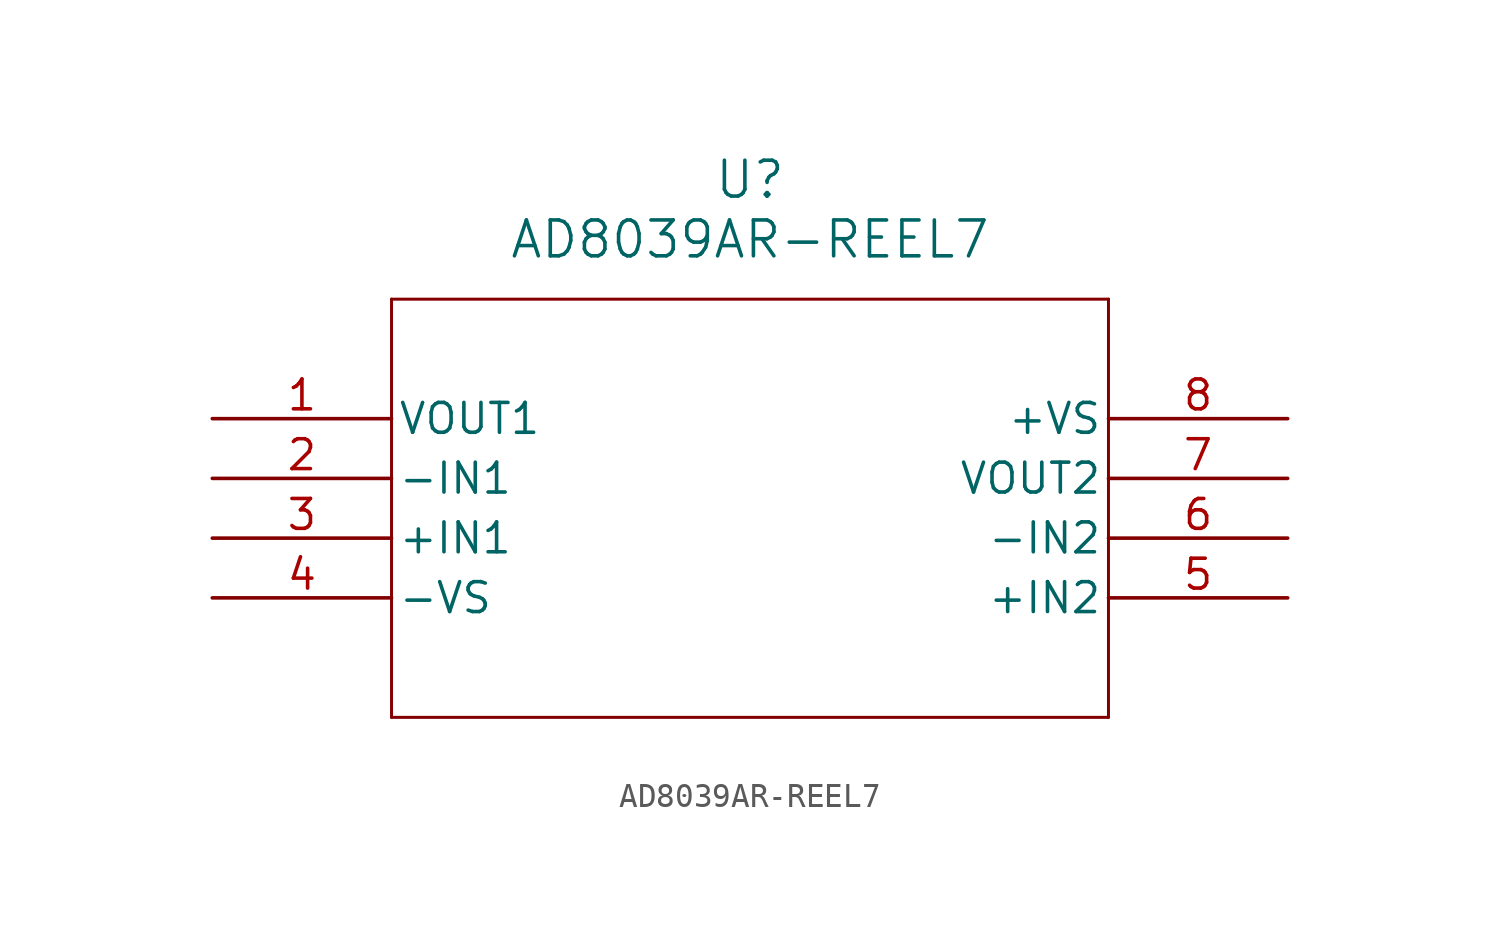
<source format=kicad_sym>
(kicad_symbol_lib
  (version 20211014)
  (generator kicad_symbol_editor)
  (symbol "AD8039AR-REEL7"
    (pin_names
      (offset 0.254))
    (property "Reference" "U"
      (at 22.86 10.16 0)
      (effects (font (size 1.524 1.524))))
    (property "Value" "AD8039AR-REEL7"
      (at 22.86 7.62 0)
      (effects (font (size 1.524 1.524))))
    (symbol "AD8039AR-REEL7_0_1"
      (polyline (pts (xy 7.62 5.08) (xy 7.62 -12.7)) (stroke (width 0.127) (type default) (color 0 0 0 0)) (fill (type none)))
      (polyline (pts (xy 7.62 -12.7) (xy 38.1 -12.7)) (stroke (width 0.127) (type default) (color 0 0 0 0)) (fill (type none)))
      (polyline (pts (xy 38.1 -12.7) (xy 38.1 5.08)) (stroke (width 0.127) (type default) (color 0 0 0 0)) (fill (type none)))
      (polyline (pts (xy 38.1 5.08) (xy 7.62 5.08)) (stroke (width 0.127) (type default) (color 0 0 0 0)) (fill (type none)))
      (pin unspecified line (at 0 0 0) (length 7.62) (name "VOUT1" (effects (font (size 1.27 1.27)))) (number "1" (effects (font (size 1.27 1.27)))))
      (pin unspecified line (at 0 -2.54 0) (length 7.62) (name "-IN1" (effects (font (size 1.27 1.27)))) (number "2" (effects (font (size 1.27 1.27)))))
      (pin unspecified line (at 0 -5.08 0) (length 7.62) (name "+IN1" (effects (font (size 1.27 1.27)))) (number "3" (effects (font (size 1.27 1.27)))))
      (pin power_in line (at 0 -7.62 0) (length 7.62) (name "-VS" (effects (font (size 1.27 1.27)))) (number "4" (effects (font (size 1.27 1.27)))))
      (pin unspecified line (at 45.72 -7.62 180) (length 7.62) (name "+IN2" (effects (font (size 1.27 1.27)))) (number "5" (effects (font (size 1.27 1.27)))))
      (pin unspecified line (at 45.72 -5.08 180) (length 7.62) (name "-IN2" (effects (font (size 1.27 1.27)))) (number "6" (effects (font (size 1.27 1.27)))))
      (pin unspecified line (at 45.72 -2.54 180) (length 7.62) (name "VOUT2" (effects (font (size 1.27 1.27)))) (number "7" (effects (font (size 1.27 1.27)))))
      (pin power_in line (at 45.72 0 180) (length 7.62) (name "+VS" (effects (font (size 1.27 1.27)))) (number "8" (effects (font (size 1.27 1.27))))))))
</source>
